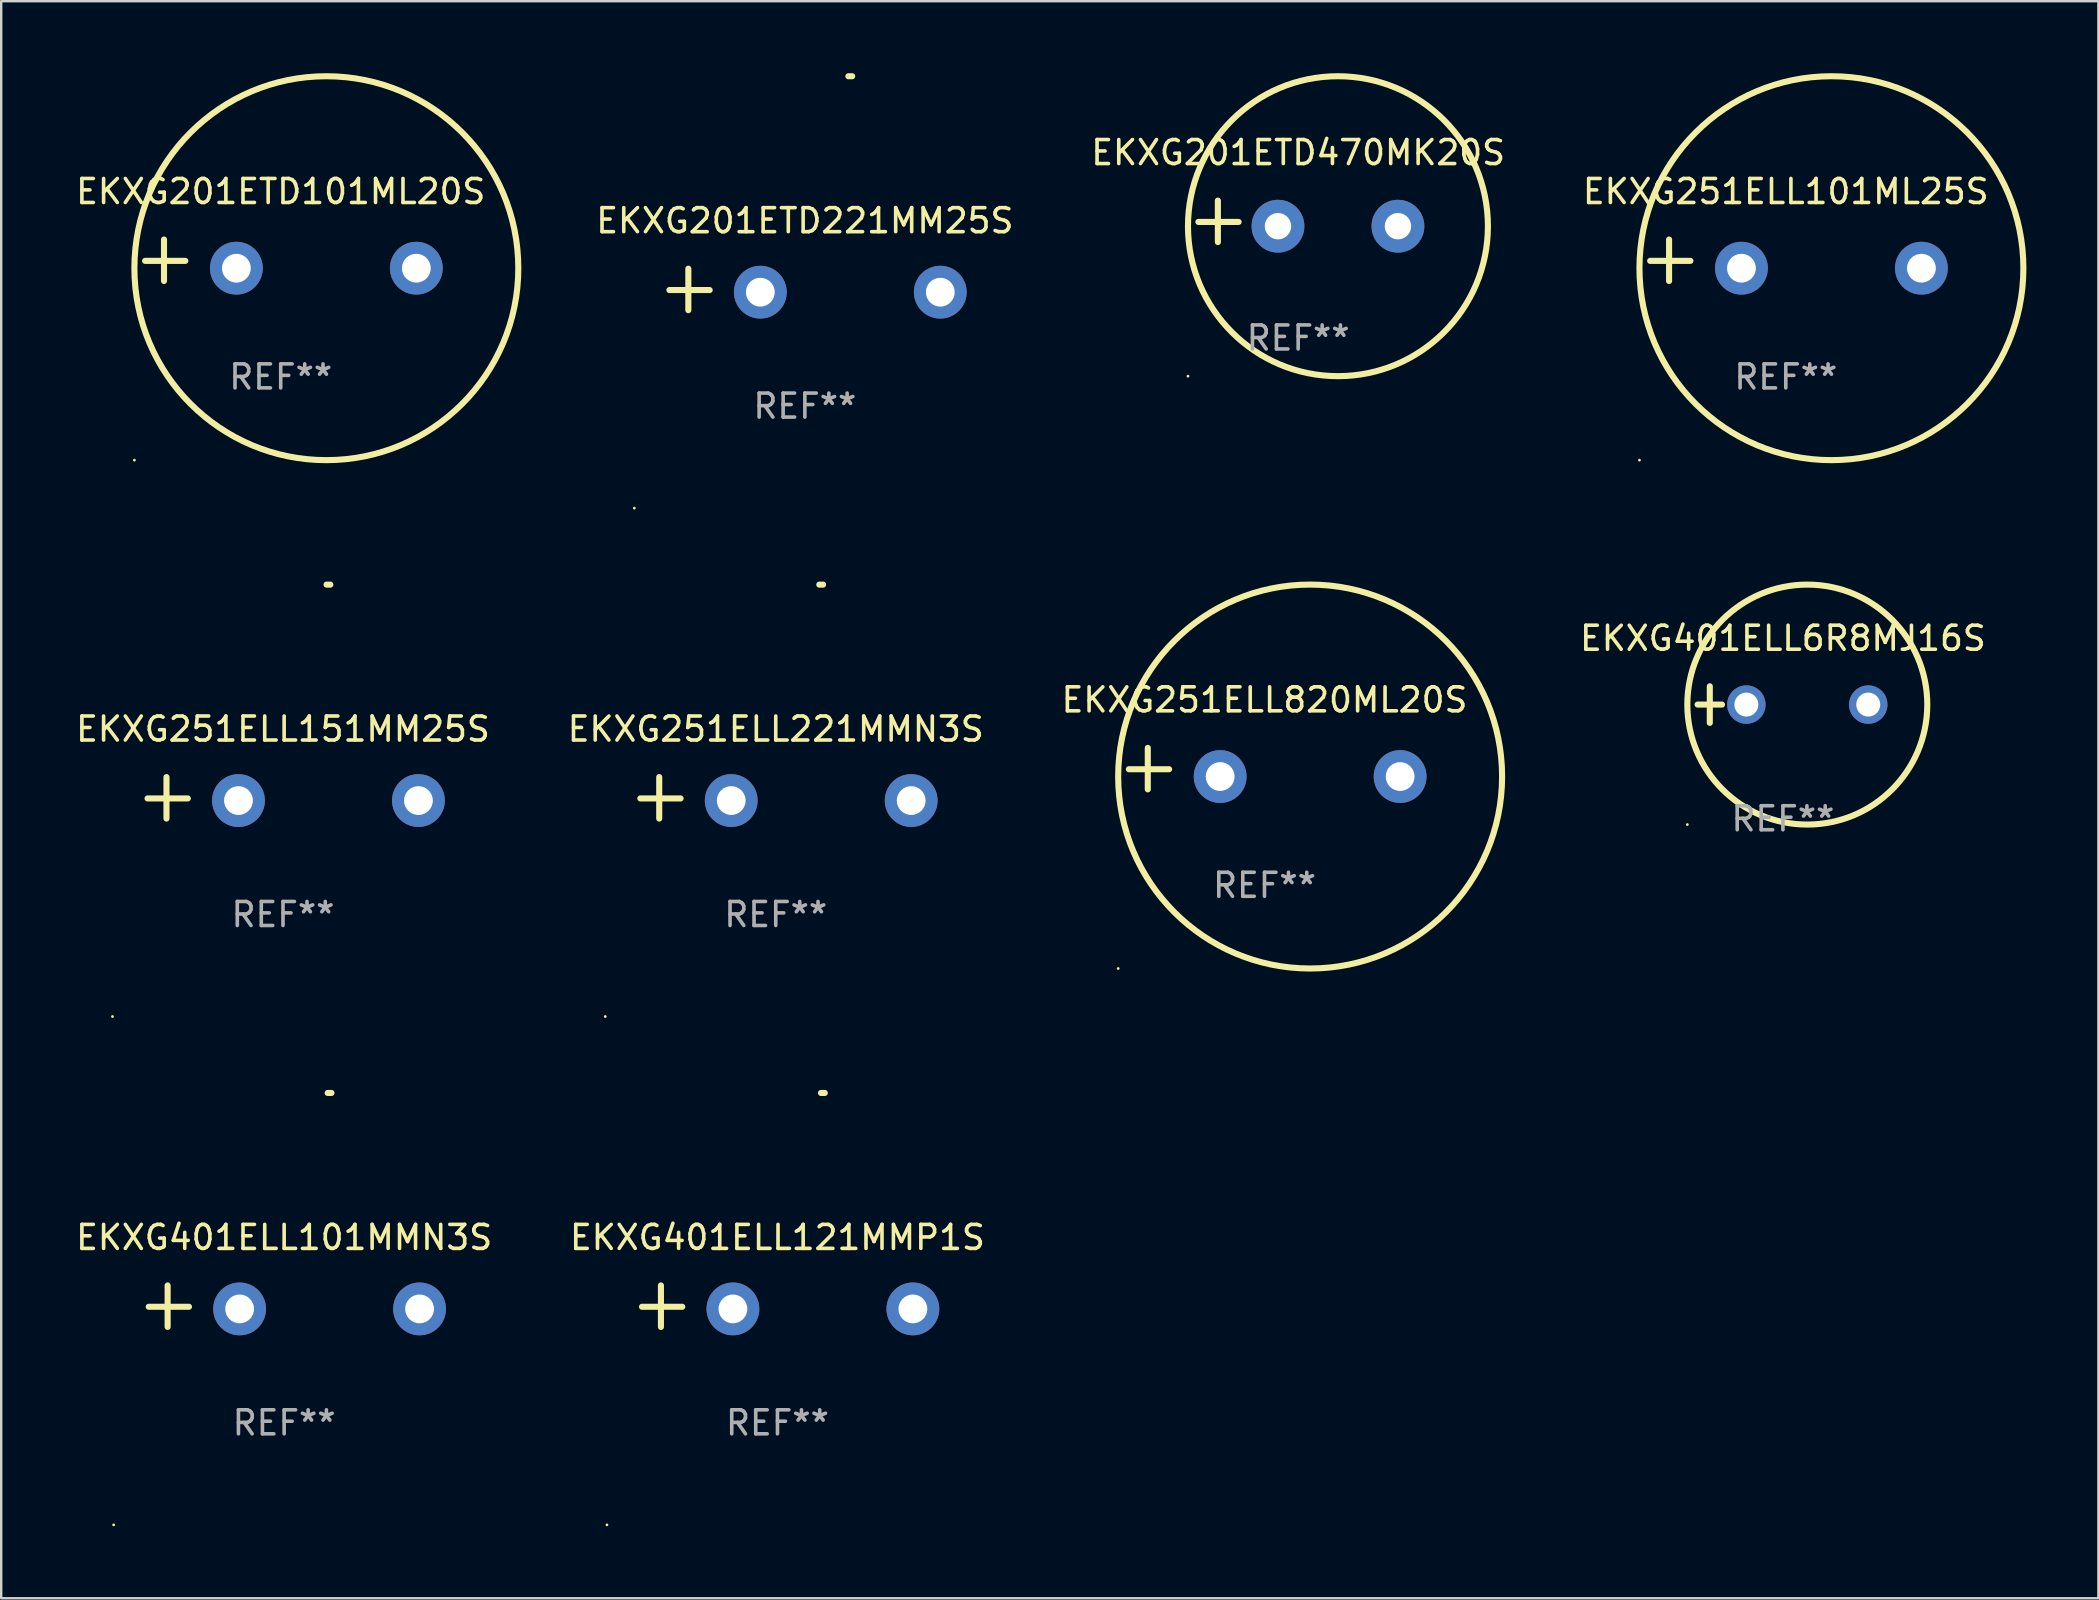
<source format=kicad_pcb>
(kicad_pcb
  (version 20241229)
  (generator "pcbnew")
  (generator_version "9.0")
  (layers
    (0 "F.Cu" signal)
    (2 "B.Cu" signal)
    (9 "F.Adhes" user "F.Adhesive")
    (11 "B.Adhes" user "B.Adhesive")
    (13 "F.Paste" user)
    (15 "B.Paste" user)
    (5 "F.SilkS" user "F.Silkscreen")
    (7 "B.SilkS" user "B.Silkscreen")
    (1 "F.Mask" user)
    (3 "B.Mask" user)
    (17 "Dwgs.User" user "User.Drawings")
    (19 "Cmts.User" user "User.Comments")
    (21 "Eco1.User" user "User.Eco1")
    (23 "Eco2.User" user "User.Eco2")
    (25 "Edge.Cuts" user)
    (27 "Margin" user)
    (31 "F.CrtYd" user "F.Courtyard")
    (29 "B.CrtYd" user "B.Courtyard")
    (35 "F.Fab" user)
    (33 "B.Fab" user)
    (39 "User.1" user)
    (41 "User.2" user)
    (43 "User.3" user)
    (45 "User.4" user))
  (footprint "EKXG201ETD470MK20S"
    (layer "F.Cu")
    (at 51.052 6.174)
    (property "Reference" "EKXG201ETD470MK20S" (at 0 -2.864 0) (layer "F.SilkS") (effects (font (size 1 1) (thickness 0.15))))
    (attr through_hole)
    (fp_line (start -3.346 0.864) (end -3.346 -0.864) (stroke (width 0.254) (type solid)) (layer "F.SilkS"))
    (fp_line (start -2.482 0.025) (end -4.158 0.025) (stroke (width 0.254) (type solid)) (layer "F.SilkS"))
    (fp_circle (center -4.592 6.453) (end -4.562 6.453) (stroke (width 0.06) (type solid)) (fill no) (layer "F.SilkS"))
    (fp_circle (center 1.658 0.203) (end 7.908 0.203) (stroke (width 0.254) (type solid)) (fill no) (layer "F.SilkS"))
    (fp_text user "REF**" (at 0 4.864 0) (layer "F.Fab") (effects (font (size 1 1) (thickness 0.15))))
    (pad "1" thru_hole circle (at -0.842 0.203) (size 2.2 2.2) (drill 1.1) (layers "*.Cu" "*.Mask"))
    (pad "2" thru_hole circle (at 4.158 0.203) (size 2.2 2.2) (drill 1.1) (layers "*.Cu" "*.Mask")))
  (footprint "EKXG251ELL151MM25S"
    (layer "F.Cu")
    (at 8.744 30.2)
    (property "Reference" "EKXG251ELL151MM25S" (at 0 -2.864 0) (layer "F.SilkS") (effects (font (size 1 1) (thickness 0.15))))
    (attr through_hole)
    (fp_line (start -4.856 0.864) (end -4.856 -0.864) (stroke (width 0.254) (type solid)) (layer "F.SilkS"))
    (fp_line (start -3.967 0.025) (end -5.644 0.025) (stroke (width 0.254) (type solid)) (layer "F.SilkS"))
    (fp_arc (start 1.815024 -8.885649) (mid 1.893764 -8.88599) (end 1.972504 -8.885649) (stroke (width 0.254001) (type solid)) (layer "F.SilkS"))
    (fp_circle (center -7.106 9.114) (end -7.076 9.114) (stroke (width 0.06) (type solid)) (fill no) (layer "F.SilkS"))
    (fp_text user "REF**" (at 0 4.864 0) (layer "F.Fab") (effects (font (size 1 1) (thickness 0.15))))
    (pad "1" thru_hole circle (at -1.856 0.114) (size 2.2 2.2) (drill 1.2) (layers "*.Cu" "*.Mask"))
    (pad "2" thru_hole circle (at 5.644 0.114) (size 2.2 2.2) (drill 1.2) (layers "*.Cu" "*.Mask")))
  (footprint "EKXG251ELL820ML20S"
    (layer "F.Cu")
    (at 49.649 28.983)
    (property "Reference" "EKXG251ELL820ML20S" (at 0 -2.864 0) (layer "F.SilkS") (effects (font (size 1 1) (thickness 0.15))))
    (attr through_hole)
    (fp_line (start -4.864 0.864) (end -4.864 -0.864) (stroke (width 0.254) (type solid)) (layer "F.SilkS"))
    (fp_line (start -3.975 0.025) (end -5.652 0.025) (stroke (width 0.254) (type solid)) (layer "F.SilkS"))
    (fp_circle (center -6.098 8.33) (end -6.068 8.33) (stroke (width 0.06) (type solid)) (fill no) (layer "F.SilkS"))
    (fp_circle (center 1.902 0.33) (end 9.902 0.33) (stroke (width 0.254) (type solid)) (fill no) (layer "F.SilkS"))
    (fp_text user "REF**" (at 0 4.864 0) (layer "F.Fab") (effects (font (size 1 1) (thickness 0.15))))
    (pad "1" thru_hole circle (at -1.848 0.33) (size 2.2 2.2) (drill 1.2) (layers "*.Cu" "*.Mask"))
    (pad "2" thru_hole circle (at 5.652 0.33) (size 2.2 2.2) (drill 1.2) (layers "*.Cu" "*.Mask")))
  (footprint "EKXG251ELL221MMN3S"
    (layer "F.Cu")
    (at 29.28 30.2)
    (property "Reference" "EKXG251ELL221MMN3S" (at 0 -2.864 0) (layer "F.SilkS") (effects (font (size 1 1) (thickness 0.15))))
    (attr through_hole)
    (fp_line (start -4.856 0.864) (end -4.856 -0.864) (stroke (width 0.254) (type solid)) (layer "F.SilkS"))
    (fp_line (start -3.967 0.025) (end -5.644 0.025) (stroke (width 0.254) (type solid)) (layer "F.SilkS"))
    (fp_arc (start 1.815024 -8.885649) (mid 1.893764 -8.88599) (end 1.972504 -8.885649) (stroke (width 0.254001) (type solid)) (layer "F.SilkS"))
    (fp_circle (center -7.106 9.114) (end -7.076 9.114) (stroke (width 0.06) (type solid)) (fill no) (layer "F.SilkS"))
    (fp_text user "REF**" (at 0 4.864 0) (layer "F.Fab") (effects (font (size 1 1) (thickness 0.15))))
    (pad "1" thru_hole circle (at -1.856 0.114) (size 2.2 2.2) (drill 1.2) (layers "*.Cu" "*.Mask"))
    (pad "2" thru_hole circle (at 5.644 0.114) (size 2.2 2.2) (drill 1.2) (layers "*.Cu" "*.Mask")))
  (footprint "EKXG401ELL6R8MJ16S"
    (layer "F.Cu")
    (at 71.255 26.314)
    (property "Reference" "EKXG401ELL6R8MJ16S" (at 0 -2.762 0) (layer "F.SilkS") (effects (font (size 1 1) (thickness 0.15))))
    (attr through_hole)
    (fp_line (start -3.556 0) (end -2.54 0) (stroke (width 0.254) (type solid)) (layer "F.SilkS"))
    (fp_line (start -3.048 -0.762) (end -3.048 0.762) (stroke (width 0.254) (type solid)) (layer "F.SilkS"))
    (fp_circle (center -3.984 5) (end -3.954 5) (stroke (width 0.06) (type solid)) (fill no) (layer "F.SilkS"))
    (fp_circle (center 1.016 0) (end 6.016 0) (stroke (width 0.254) (type solid)) (fill no) (layer "F.SilkS"))
    (fp_text user "REF**" (at 0 4.762 0) (layer "F.Fab") (effects (font (size 1 1) (thickness 0.15))))
    (pad "1" thru_hole circle (at -1.524 0) (size 1.6 1.6) (drill 1) (layers "*.Cu" "*.Mask"))
    (pad "2" thru_hole circle (at 3.556 0) (size 1.6 1.6) (drill 1) (layers "*.Cu" "*.Mask")))
  (footprint "EKXG251ELL101ML25S"
    (layer "F.Cu")
    (at 71.374 7.797)
    (property "Reference" "EKXG251ELL101ML25S" (at 0 -2.864 0) (layer "F.SilkS") (effects (font (size 1 1) (thickness 0.15))))
    (attr through_hole)
    (fp_line (start -4.864 0.864) (end -4.864 -0.864) (stroke (width 0.254) (type solid)) (layer "F.SilkS"))
    (fp_line (start -3.975 0.025) (end -5.652 0.025) (stroke (width 0.254) (type solid)) (layer "F.SilkS"))
    (fp_circle (center -6.098 8.33) (end -6.068 8.33) (stroke (width 0.06) (type solid)) (fill no) (layer "F.SilkS"))
    (fp_circle (center 1.902 0.33) (end 9.902 0.33) (stroke (width 0.254) (type solid)) (fill no) (layer "F.SilkS"))
    (fp_text user "REF**" (at 0 4.864 0) (layer "F.Fab") (effects (font (size 1 1) (thickness 0.15))))
    (pad "1" thru_hole circle (at -1.848 0.33) (size 2.2 2.2) (drill 1.2) (layers "*.Cu" "*.Mask"))
    (pad "2" thru_hole circle (at 5.652 0.33) (size 2.2 2.2) (drill 1.2) (layers "*.Cu" "*.Mask")))
  (footprint "EKXG401ELL101MMN3S"
    (layer "F.Cu")
    (at 8.792 51.386)
    (property "Reference" "EKXG401ELL101MMN3S" (at 0 -2.864 0) (layer "F.SilkS") (effects (font (size 1 1) (thickness 0.15))))
    (attr through_hole)
    (fp_line (start -4.856 0.864) (end -4.856 -0.864) (stroke (width 0.254) (type solid)) (layer "F.SilkS"))
    (fp_line (start -3.967 0.025) (end -5.644 0.025) (stroke (width 0.254) (type solid)) (layer "F.SilkS"))
    (fp_arc (start 1.815024 -8.885649) (mid 1.893764 -8.88599) (end 1.972504 -8.885649) (stroke (width 0.254001) (type solid)) (layer "F.SilkS"))
    (fp_circle (center -7.106 9.114) (end -7.076 9.114) (stroke (width 0.06) (type solid)) (fill no) (layer "F.SilkS"))
    (fp_text user "REF**" (at 0 4.864 0) (layer "F.Fab") (effects (font (size 1 1) (thickness 0.15))))
    (pad "1" thru_hole circle (at -1.856 0.114) (size 2.2 2.2) (drill 1.2) (layers "*.Cu" "*.Mask"))
    (pad "2" thru_hole circle (at 5.644 0.114) (size 2.2 2.2) (drill 1.2) (layers "*.Cu" "*.Mask")))
  (footprint "EKXG401ELL121MMP1S"
    (layer "F.Cu")
    (at 29.351 51.386)
    (property "Reference" "EKXG401ELL121MMP1S" (at 0 -2.864 0) (layer "F.SilkS") (effects (font (size 1 1) (thickness 0.15))))
    (attr through_hole)
    (fp_line (start -4.856 0.864) (end -4.856 -0.864) (stroke (width 0.254) (type solid)) (layer "F.SilkS"))
    (fp_line (start -3.967 0.025) (end -5.644 0.025) (stroke (width 0.254) (type solid)) (layer "F.SilkS"))
    (fp_arc (start 1.815024 -8.885649) (mid 1.893764 -8.88599) (end 1.972504 -8.885649) (stroke (width 0.254001) (type solid)) (layer "F.SilkS"))
    (fp_circle (center -7.106 9.114) (end -7.076 9.114) (stroke (width 0.06) (type solid)) (fill no) (layer "F.SilkS"))
    (fp_text user "REF**" (at 0 4.864 0) (layer "F.Fab") (effects (font (size 1 1) (thickness 0.15))))
    (pad "1" thru_hole circle (at -1.856 0.114) (size 2.2 2.2) (drill 1.2) (layers "*.Cu" "*.Mask"))
    (pad "2" thru_hole circle (at 5.644 0.114) (size 2.2 2.2) (drill 1.2) (layers "*.Cu" "*.Mask")))
  (footprint "EKXG201ETD101ML20S"
    (layer "F.Cu")
    (at 8.649 7.797)
    (property "Reference" "EKXG201ETD101ML20S" (at 0 -2.864 0) (layer "F.SilkS") (effects (font (size 1 1) (thickness 0.15))))
    (attr through_hole)
    (fp_line (start -4.864 0.864) (end -4.864 -0.864) (stroke (width 0.254) (type solid)) (layer "F.SilkS"))
    (fp_line (start -3.975 0.025) (end -5.652 0.025) (stroke (width 0.254) (type solid)) (layer "F.SilkS"))
    (fp_circle (center -6.098 8.33) (end -6.068 8.33) (stroke (width 0.06) (type solid)) (fill no) (layer "F.SilkS"))
    (fp_circle (center 1.902 0.33) (end 9.902 0.33) (stroke (width 0.254) (type solid)) (fill no) (layer "F.SilkS"))
    (fp_text user "REF**" (at 0 4.864 0) (layer "F.Fab") (effects (font (size 1 1) (thickness 0.15))))
    (pad "1" thru_hole circle (at -1.848 0.33) (size 2.2 2.2) (drill 1.2) (layers "*.Cu" "*.Mask"))
    (pad "2" thru_hole circle (at 5.652 0.33) (size 2.2 2.2) (drill 1.2) (layers "*.Cu" "*.Mask")))
  (footprint "EKXG201ETD221MM25S"
    (layer "F.Cu")
    (at 30.493 9.013)
    (property "Reference" "EKXG201ETD221MM25S" (at 0 -2.864 0) (layer "F.SilkS") (effects (font (size 1 1) (thickness 0.15))))
    (attr through_hole)
    (fp_line (start -4.856 0.864) (end -4.856 -0.864) (stroke (width 0.254) (type solid)) (layer "F.SilkS"))
    (fp_line (start -3.967 0.025) (end -5.644 0.025) (stroke (width 0.254) (type solid)) (layer "F.SilkS"))
    (fp_arc (start 1.815024 -8.885649) (mid 1.893764 -8.88599) (end 1.972504 -8.885649) (stroke (width 0.254001) (type solid)) (layer "F.SilkS"))
    (fp_circle (center -7.106 9.114) (end -7.076 9.114) (stroke (width 0.06) (type solid)) (fill no) (layer "F.SilkS"))
    (fp_text user "REF**" (at 0 4.864 0) (layer "F.Fab") (effects (font (size 1 1) (thickness 0.15))))
    (pad "1" thru_hole circle (at -1.856 0.114) (size 2.2 2.2) (drill 1.2) (layers "*.Cu" "*.Mask"))
    (pad "2" thru_hole circle (at 5.644 0.114) (size 2.2 2.2) (drill 1.2) (layers "*.Cu" "*.Mask")))
  (gr_rect
    (start -3 -3)
    (end 84.402 63.56)
    (stroke (width 0.1) (type default))
    (fill no)
    (layer "Edge.Cuts")))
</source>
